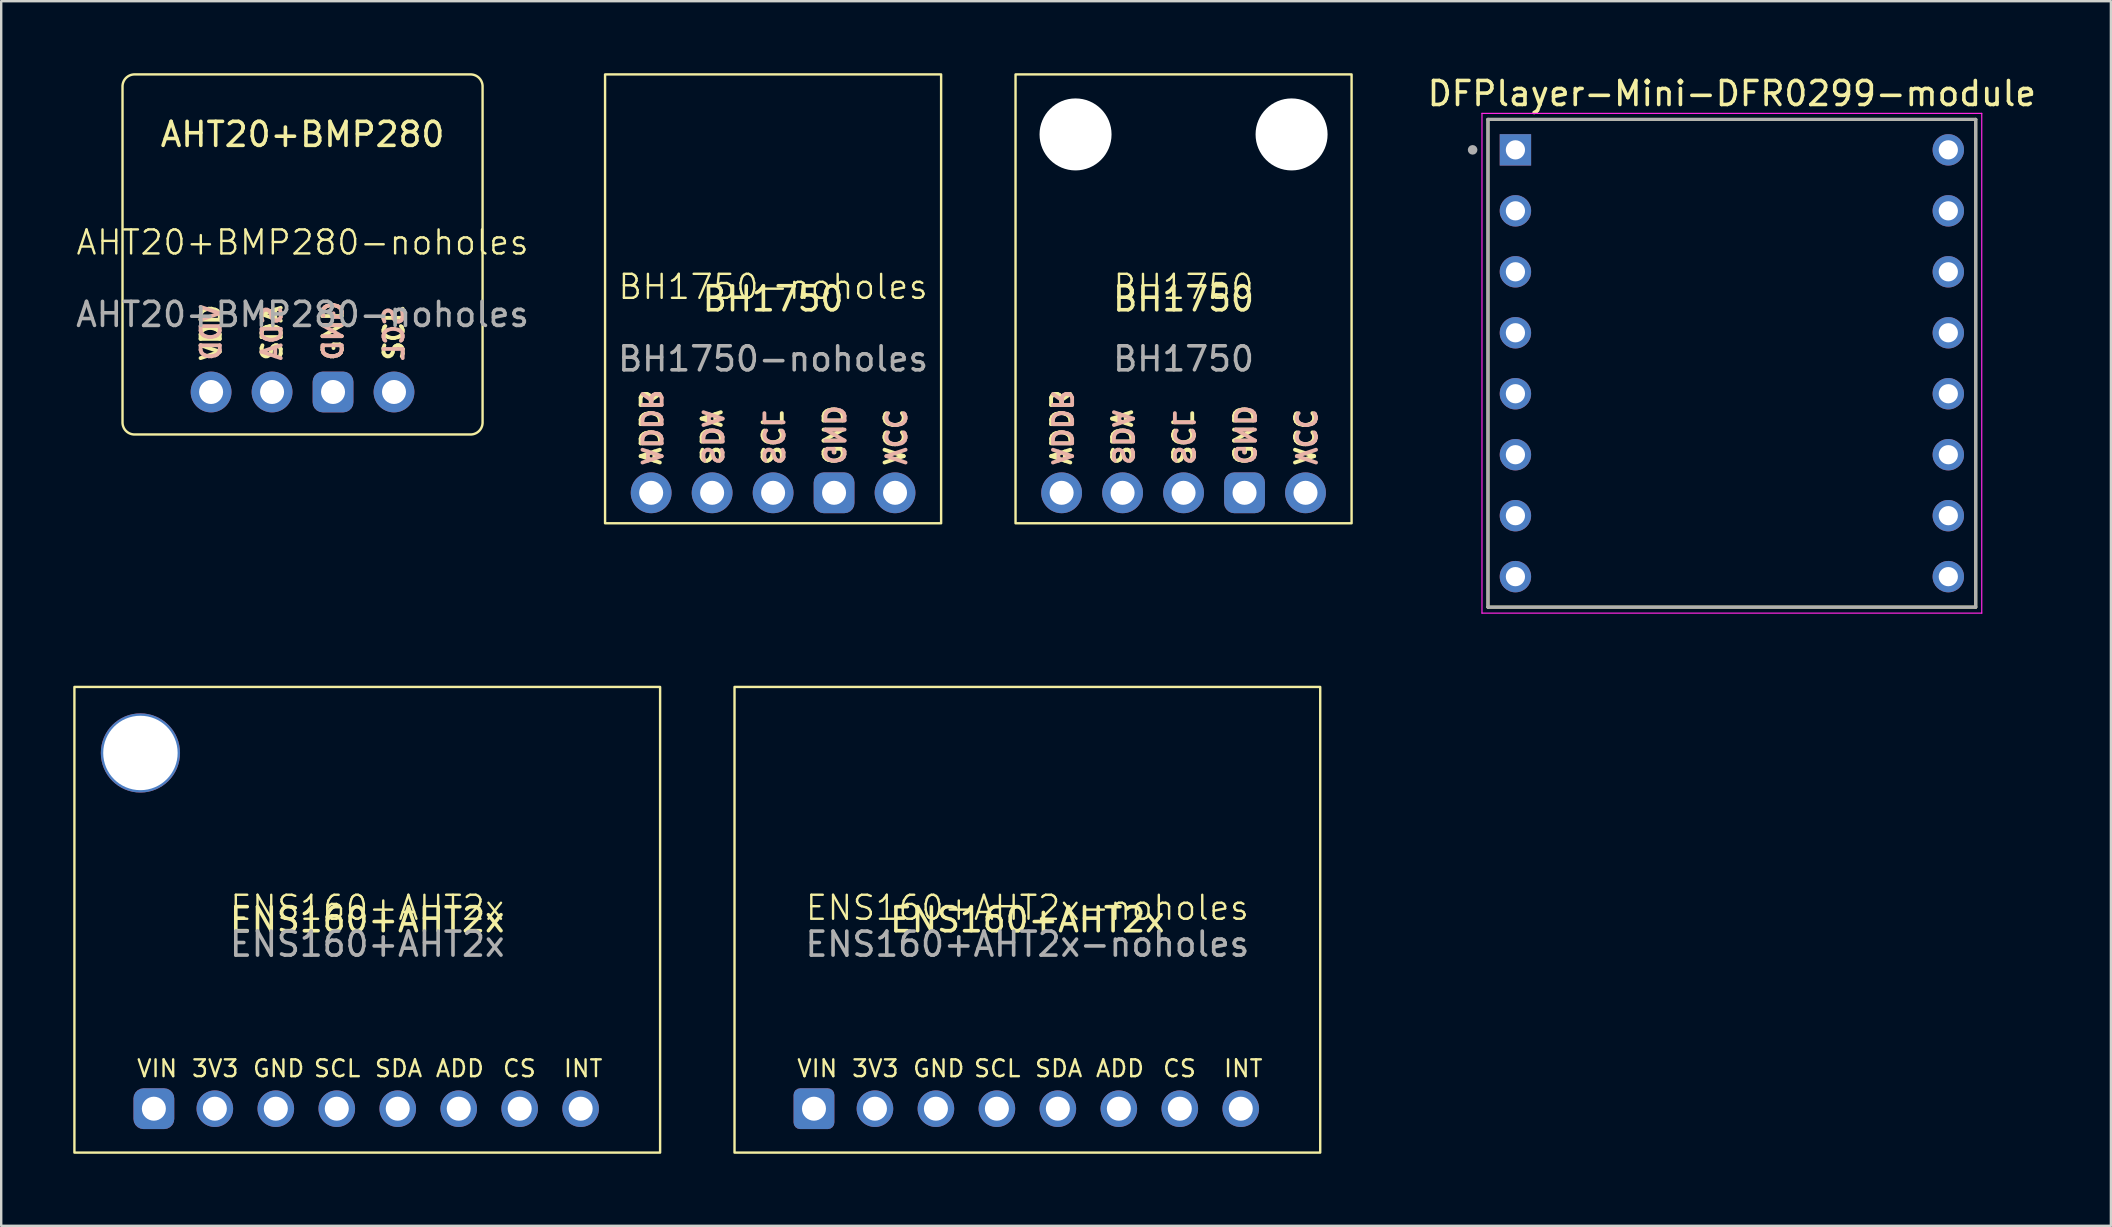
<source format=kicad_pcb>
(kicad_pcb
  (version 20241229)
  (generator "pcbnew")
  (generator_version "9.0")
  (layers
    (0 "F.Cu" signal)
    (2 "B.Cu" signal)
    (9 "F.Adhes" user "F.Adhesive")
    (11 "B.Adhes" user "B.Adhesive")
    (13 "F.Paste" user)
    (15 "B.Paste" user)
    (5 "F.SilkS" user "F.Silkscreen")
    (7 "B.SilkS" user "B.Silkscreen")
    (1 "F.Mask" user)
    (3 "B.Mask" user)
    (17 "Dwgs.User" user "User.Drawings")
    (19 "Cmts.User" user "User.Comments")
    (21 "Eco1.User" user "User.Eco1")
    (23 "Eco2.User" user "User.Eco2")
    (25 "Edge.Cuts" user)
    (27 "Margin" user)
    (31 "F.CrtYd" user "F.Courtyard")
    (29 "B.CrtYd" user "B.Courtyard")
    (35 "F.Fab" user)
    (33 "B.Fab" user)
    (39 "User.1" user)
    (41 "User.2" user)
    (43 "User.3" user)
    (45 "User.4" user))
  (footprint "BH1750-noholes"
    (layer "F.Cu")
    (at 29.157 9.4)
    (property "Reference" "BH1750-noholes" (at 0 -0.5 0) (unlocked yes) (layer "F.SilkS") (effects (font (size 1 1) (thickness 0.1))))
    (attr through_hole)
    (fp_rect (start -7 -9.35) (end 7 9.35) (stroke (width 0.1) (type default)) (fill no) (layer "F.SilkS"))
    (fp_text user "SDA" (at -2.54 7 90) (unlocked yes) (layer "F.SilkS") (effects (font (size 0.8 0.8) (thickness 0.16)) (justify left)))
    (fp_text user "VCC" (at 5.08 7 90) (unlocked yes) (layer "F.SilkS") (effects (font (size 0.8 0.8) (thickness 0.16)) (justify left)))
    (fp_text user "GND" (at 2.54 7 90) (unlocked yes) (layer "F.SilkS") (effects (font (size 0.8 0.8) (thickness 0.16)) (justify left)))
    (fp_text user "ADDR" (at -5.08 7 90) (unlocked yes) (layer "F.SilkS") (effects (font (size 0.8 0.8) (thickness 0.16)) (justify left)))
    (fp_text user "BH1750" (at 0 0 0) (unlocked yes) (layer "F.SilkS") (effects (font (size 1 1) (thickness 0.15))))
    (fp_text user "SCL" (at 0 7 90) (unlocked yes) (layer "F.SilkS") (effects (font (size 0.8 0.8) (thickness 0.16)) (justify left)))
    (fp_text user "VCC" (at 5.08 7 270) (unlocked yes) (layer "B.SilkS") (effects (font (size 0.8 0.8) (thickness 0.16)) (justify left mirror)))
    (fp_text user "SCL" (at 0 7 270) (unlocked yes) (layer "B.SilkS") (effects (font (size 0.8 0.8) (thickness 0.16)) (justify left mirror)))
    (fp_text user "SDA" (at -2.54 7 270) (unlocked yes) (layer "B.SilkS") (effects (font (size 0.8 0.8) (thickness 0.16)) (justify left mirror)))
    (fp_text user "GND" (at 2.54 7 270) (unlocked yes) (layer "B.SilkS") (effects (font (size 0.8 0.8) (thickness 0.16)) (justify left mirror)))
    (fp_text user "ADDR" (at -5.08 7 270) (unlocked yes) (layer "B.SilkS") (effects (font (size 0.8 0.8) (thickness 0.16)) (justify left mirror)))
    (fp_text user "${REFERENCE}" (at 0 2.5 0) (unlocked yes) (layer "F.Fab") (effects (font (size 1 1) (thickness 0.15))))
    (pad "1" thru_hole circle (at 5.08 8.08) (size 1.7 1.7) (drill 1) (layers "*.Cu" "*.Mask"))
    (pad "2" thru_hole roundrect (at 2.54 8.08) (size 1.7 1.7) (drill 1) (layers "*.Cu" "*.Mask") (roundrect_rratio 0.25))
    (pad "3" thru_hole circle (at 0 8.08) (size 1.7 1.7) (drill 1) (layers "*.Cu" "*.Mask"))
    (pad "4" thru_hole circle (at -2.54 8.08) (size 1.7 1.7) (drill 1) (layers "*.Cu" "*.Mask"))
    (pad "5" thru_hole circle (at -5.08 8.08) (size 1.7 1.7) (drill 1) (layers "*.Cu" "*.Mask")))
  (footprint "DFPlayer-Mini-DFR0299-module"
    (layer "F.Cu")
    (at 69.099 12.083)
    (property "Reference" "DFPlayer-Mini-DFR0299-module" (at 0 -11.235 0) (layer "F.SilkS") (effects (font (size 1 1) (thickness 0.15))))
    (attr through_hole)
    (fp_line (start -10.16 -10.16) (end 10.16 -10.16) (stroke (width 0.127) (type solid)) (layer "F.SilkS"))
    (fp_line (start -10.16 10.16) (end -10.16 -10.16) (stroke (width 0.127) (type solid)) (layer "F.SilkS"))
    (fp_line (start 10.16 -10.16) (end 10.16 10.16) (stroke (width 0.127) (type solid)) (layer "F.SilkS"))
    (fp_line (start 10.16 10.16) (end -10.16 10.16) (stroke (width 0.127) (type solid)) (layer "F.SilkS"))
    (fp_line (start -10.41 -10.41) (end 10.41 -10.41) (stroke (width 0.05) (type solid)) (layer "F.CrtYd"))
    (fp_line (start -10.41 10.41) (end -10.41 -10.41) (stroke (width 0.05) (type solid)) (layer "F.CrtYd"))
    (fp_line (start 10.41 -10.41) (end 10.41 10.41) (stroke (width 0.05) (type solid)) (layer "F.CrtYd"))
    (fp_line (start 10.41 10.41) (end -10.41 10.41) (stroke (width 0.05) (type solid)) (layer "F.CrtYd"))
    (fp_line (start -10.16 -10.16) (end 10.16 -10.16) (stroke (width 0.127) (type solid)) (layer "F.Fab"))
    (fp_line (start -10.16 10.16) (end -10.16 -10.16) (stroke (width 0.127) (type solid)) (layer "F.Fab"))
    (fp_line (start 10.16 -10.16) (end 10.16 10.16) (stroke (width 0.127) (type solid)) (layer "F.Fab"))
    (fp_line (start 10.16 10.16) (end -10.16 10.16) (stroke (width 0.127) (type solid)) (layer "F.Fab"))
    (fp_circle (center -10.8 -8.89) (end -10.7 -8.89) (stroke (width 0.2) (type solid)) (fill no) (layer "F.Fab"))
    (pad "1" thru_hole rect (at -9.017 -8.89) (size 1.308 1.308) (drill 0.8) (layers "*.Cu" "*.Mask"))
    (pad "2" thru_hole circle (at -9.017 -6.35) (size 1.308 1.308) (drill 0.8) (layers "*.Cu" "*.Mask"))
    (pad "3" thru_hole circle (at -9.017 -3.81) (size 1.308 1.308) (drill 0.8) (layers "*.Cu" "*.Mask"))
    (pad "4" thru_hole circle (at -9.017 -1.27) (size 1.308 1.308) (drill 0.8) (layers "*.Cu" "*.Mask"))
    (pad "5" thru_hole circle (at -9.017 1.27) (size 1.308 1.308) (drill 0.8) (layers "*.Cu" "*.Mask"))
    (pad "6" thru_hole circle (at -9.017 3.81) (size 1.308 1.308) (drill 0.8) (layers "*.Cu" "*.Mask"))
    (pad "7" thru_hole circle (at -9.017 6.35) (size 1.308 1.308) (drill 0.8) (layers "*.Cu" "*.Mask"))
    (pad "8" thru_hole circle (at -9.017 8.89) (size 1.308 1.308) (drill 0.8) (layers "*.Cu" "*.Mask"))
    (pad "9" thru_hole circle (at 9.017 8.89) (size 1.308 1.308) (drill 0.8) (layers "*.Cu" "*.Mask"))
    (pad "10" thru_hole circle (at 9.017 6.35) (size 1.308 1.308) (drill 0.8) (layers "*.Cu" "*.Mask"))
    (pad "11" thru_hole circle (at 9.017 3.81) (size 1.308 1.308) (drill 0.8) (layers "*.Cu" "*.Mask"))
    (pad "12" thru_hole circle (at 9.017 1.27) (size 1.308 1.308) (drill 0.8) (layers "*.Cu" "*.Mask"))
    (pad "13" thru_hole circle (at 9.017 -1.27) (size 1.308 1.308) (drill 0.8) (layers "*.Cu" "*.Mask"))
    (pad "14" thru_hole circle (at 9.017 -3.81) (size 1.308 1.308) (drill 0.8) (layers "*.Cu" "*.Mask"))
    (pad "15" thru_hole circle (at 9.017 -6.35) (size 1.308 1.308) (drill 0.8) (layers "*.Cu" "*.Mask"))
    (pad "16" thru_hole circle (at 9.017 -8.89) (size 1.308 1.308) (drill 0.8) (layers "*.Cu" "*.Mask")))
  (footprint "ENS160+AHT2x"
    (layer "F.Cu")
    (at 12.25 35.268)
    (property "Reference" "ENS160+AHT2x" (at 0 -0.5 0) (unlocked yes) (layer "F.SilkS") (effects (font (size 1 1) (thickness 0.1))))
    (attr through_hole)
    (fp_rect (start -12.2 -9.7) (end 12.2 9.7) (stroke (width 0.1) (type default)) (fill no) (layer "F.SilkS"))
    (fp_text user "3V3" (at -7.366 6.604 0) (unlocked yes) (layer "F.SilkS") (effects (font (size 0.7 0.7) (thickness 0.1)) (justify left bottom)))
    (fp_text user "CS" (at 5.588 6.604 0) (unlocked yes) (layer "F.SilkS") (effects (font (size 0.7 0.7) (thickness 0.1)) (justify left bottom)))
    (fp_text user "GND" (at -4.826 6.604 0) (unlocked yes) (layer "F.SilkS") (effects (font (size 0.7 0.7) (thickness 0.1)) (justify left bottom)))
    (fp_text user "VIN" (at -9.652 6.604 0) (unlocked yes) (layer "F.SilkS") (effects (font (size 0.7 0.7) (thickness 0.1)) (justify left bottom)))
    (fp_text user "ADD" (at 2.794 6.604 0) (unlocked yes) (layer "F.SilkS") (effects (font (size 0.7 0.7) (thickness 0.1)) (justify left bottom)))
    (fp_text user "INT" (at 8.128 6.604 0) (unlocked yes) (layer "F.SilkS") (effects (font (size 0.7 0.7) (thickness 0.1)) (justify left bottom)))
    (fp_text user "SCL" (at -2.286 6.604 0) (unlocked yes) (layer "F.SilkS") (effects (font (size 0.7 0.7) (thickness 0.1)) (justify left bottom)))
    (fp_text user "ENS160+AHT2x" (at 0 0 0) (unlocked yes) (layer "F.SilkS") (effects (font (size 1 1) (thickness 0.15))))
    (fp_text user "SDA" (at 0.254 6.604 0) (unlocked yes) (layer "F.SilkS") (effects (font (size 0.7 0.7) (thickness 0.1)) (justify left bottom)))
    (fp_text user "${REFERENCE}" (at 0 1.016 0) (unlocked yes) (layer "F.Fab") (effects (font (size 1 1) (thickness 0.15))))
    (pad "" np_thru_hole circle (at -9.45 -6.95) (size 3.3 3.3) (drill 3.1) (layers "*.Cu" "*.Mask"))
    (pad "1" thru_hole roundrect (at -8.89 7.87) (size 1.7 1.7) (drill 1) (layers "*.Cu" "*.Mask") (roundrect_rratio 0.25))
    (pad "2" thru_hole circle (at -6.35 7.87) (size 1.524 1.524) (drill 1) (layers "*.Cu" "*.Mask"))
    (pad "3" thru_hole circle (at -3.81 7.87) (size 1.524 1.524) (drill 1) (layers "*.Cu" "*.Mask"))
    (pad "4" thru_hole circle (at -1.27 7.87) (size 1.524 1.524) (drill 1) (layers "*.Cu" "*.Mask"))
    (pad "5" thru_hole circle (at 1.27 7.87) (size 1.524 1.524) (drill 1) (layers "*.Cu" "*.Mask"))
    (pad "6" thru_hole circle (at 3.81 7.87) (size 1.524 1.524) (drill 1) (layers "*.Cu" "*.Mask"))
    (pad "7" thru_hole circle (at 6.35 7.87) (size 1.524 1.524) (drill 1) (layers "*.Cu" "*.Mask"))
    (pad "8" thru_hole circle (at 8.89 7.87) (size 1.524 1.524) (drill 1) (layers "*.Cu" "*.Mask")))
  (footprint "BH1750"
    (layer "F.Cu")
    (at 46.257 9.4)
    (property "Reference" "BH1750" (at 0 -0.5 0) (unlocked yes) (layer "F.SilkS") (effects (font (size 1 1) (thickness 0.1))))
    (attr through_hole)
    (fp_rect (start -7 -9.35) (end 7 9.35) (stroke (width 0.1) (type default)) (fill no) (layer "F.SilkS"))
    (fp_text user "SDA" (at -2.54 7 90) (unlocked yes) (layer "F.SilkS") (effects (font (size 0.8 0.8) (thickness 0.16)) (justify left)))
    (fp_text user "VCC" (at 5.08 7 90) (unlocked yes) (layer "F.SilkS") (effects (font (size 0.8 0.8) (thickness 0.16)) (justify left)))
    (fp_text user "BH1750" (at 0 0 0) (unlocked yes) (layer "F.SilkS") (effects (font (size 1 1) (thickness 0.15))))
    (fp_text user "SCL" (at 0 7 90) (unlocked yes) (layer "F.SilkS") (effects (font (size 0.8 0.8) (thickness 0.16)) (justify left)))
    (fp_text user "GND" (at 2.54 7 90) (unlocked yes) (layer "F.SilkS") (effects (font (size 0.8 0.8) (thickness 0.16)) (justify left)))
    (fp_text user "ADDR" (at -5.08 7 90) (unlocked yes) (layer "F.SilkS") (effects (font (size 0.8 0.8) (thickness 0.16)) (justify left)))
    (fp_text user "SDA" (at -2.54 7 270) (unlocked yes) (layer "B.SilkS") (effects (font (size 0.8 0.8) (thickness 0.16)) (justify left mirror)))
    (fp_text user "SCL" (at 0 7 270) (unlocked yes) (layer "B.SilkS") (effects (font (size 0.8 0.8) (thickness 0.16)) (justify left mirror)))
    (fp_text user "GND" (at 2.54 7 270) (unlocked yes) (layer "B.SilkS") (effects (font (size 0.8 0.8) (thickness 0.16)) (justify left mirror)))
    (fp_text user "VCC" (at 5.08 7 270) (unlocked yes) (layer "B.SilkS") (effects (font (size 0.8 0.8) (thickness 0.16)) (justify left mirror)))
    (fp_text user "ADDR" (at -5.08 7 270) (unlocked yes) (layer "B.SilkS") (effects (font (size 0.8 0.8) (thickness 0.16)) (justify left mirror)))
    (fp_text user "${REFERENCE}" (at 0 2.5 0) (unlocked yes) (layer "F.Fab") (effects (font (size 1 1) (thickness 0.15))))
    (pad "" np_thru_hole circle (at -4.5 -6.85) (size 3 3) (drill 3) (layers "*.Cu" "*.Mask"))
    (pad "" np_thru_hole circle (at 4.5 -6.85) (size 3 3) (drill 3) (layers "*.Cu" "*.Mask"))
    (pad "1" thru_hole circle (at 5.08 8.08) (size 1.7 1.7) (drill 1) (layers "*.Cu" "*.Mask"))
    (pad "2" thru_hole roundrect (at 2.54 8.08) (size 1.7 1.7) (drill 1) (layers "*.Cu" "*.Mask") (roundrect_rratio 0.25))
    (pad "3" thru_hole circle (at 0 8.08) (size 1.7 1.7) (drill 1) (layers "*.Cu" "*.Mask"))
    (pad "4" thru_hole circle (at -2.54 8.08) (size 1.7 1.7) (drill 1) (layers "*.Cu" "*.Mask"))
    (pad "5" thru_hole circle (at -5.08 8.08) (size 1.7 1.7) (drill 1) (layers "*.Cu" "*.Mask")))
  (footprint "AHT20+BMP280-noholes"
    (layer "F.Cu")
    (at 9.554 7.55)
    (property "Reference" "AHT20+BMP280-noholes" (at 0 -0.5 0) (unlocked yes) (layer "F.SilkS") (effects (font (size 1 1) (thickness 0.1))))
    (attr through_hole)
    (fp_poly (pts (arc (start 7.5 -7) (mid 7.353553 -7.353553) (end 7 -7.5)) (arc (start -7 -7.5) (mid -7.353553 -7.353553) (end -7.5 -7)) (arc (start -7.5 7) (mid -7.353553 7.353553) (end -7 7.5)) (arc (start 7 7.5) (mid 7.353553 7.353553) (end 7.5 7))) (stroke (width 0.1) (type solid)) (fill no) (layer "F.SilkS"))
    (fp_text user "AHT20+BMP280" (at 0 -5 0) (unlocked yes) (layer "F.SilkS") (effects (font (size 1 1) (thickness 0.15))))
    (fp_text user "SDA" (at -1.27 4.5 90) (unlocked yes) (layer "F.SilkS") (effects (font (size 0.8 0.8) (thickness 0.16)) (justify left)))
    (fp_text user "VDD" (at -3.81 4.5 90) (unlocked yes) (layer "F.SilkS") (effects (font (size 0.8 0.8) (thickness 0.16)) (justify left)))
    (fp_text user "GND" (at 1.27 4.5 90) (unlocked yes) (layer "F.SilkS") (effects (font (size 0.8 0.8) (thickness 0.16)) (justify left)))
    (fp_text user "SCL" (at 3.81 4.5 90) (unlocked yes) (layer "F.SilkS") (effects (font (size 0.8 0.8) (thickness 0.16)) (justify left)))
    (fp_text user "VDD" (at -3.81 4.5 90) (unlocked yes) (layer "B.SilkS") (effects (font (size 0.8 0.8) (thickness 0.16)) (justify right mirror)))
    (fp_text user "SCL" (at 3.81 4.5 90) (unlocked yes) (layer "B.SilkS") (effects (font (size 0.8 0.8) (thickness 0.16)) (justify right mirror)))
    (fp_text user "SDA" (at -1.27 4.5 90) (unlocked yes) (layer "B.SilkS") (effects (font (size 0.8 0.8) (thickness 0.16)) (justify right mirror)))
    (fp_text user "GND" (at 1.27 4.5 90) (unlocked yes) (layer "B.SilkS") (effects (font (size 0.8 0.8) (thickness 0.16)) (justify right mirror)))
    (fp_text user "${REFERENCE}" (at 0 2.5 0) (unlocked yes) (layer "F.Fab") (effects (font (size 1 1) (thickness 0.15))))
    (pad "1" thru_hole circle (at -3.81 5.73) (size 1.7 1.7) (drill 1) (layers "*.Cu" "*.Mask"))
    (pad "2" thru_hole circle (at -1.27 5.73) (size 1.7 1.7) (drill 1) (layers "*.Cu" "*.Mask"))
    (pad "3" thru_hole roundrect (at 1.27 5.73) (size 1.7 1.7) (drill 1) (layers "*.Cu" "*.Mask") (roundrect_rratio 0.25))
    (pad "4" thru_hole circle (at 3.81 5.73) (size 1.7 1.7) (drill 1) (layers "*.Cu" "*.Mask")))
  (footprint "ENS160+AHT2x-noholes"
    (layer "F.Cu")
    (at 39.75 35.268)
    (property "Reference" "ENS160+AHT2x-noholes" (at 0 -0.5 0) (unlocked yes) (layer "F.SilkS") (effects (font (size 1 1) (thickness 0.1))))
    (attr through_hole)
    (fp_rect (start -12.2 -9.7) (end 12.2 9.7) (stroke (width 0.1) (type default)) (fill no) (layer "F.SilkS"))
    (fp_text user "ADD" (at 2.794 6.604 0) (unlocked yes) (layer "F.SilkS") (effects (font (size 0.7 0.7) (thickness 0.1)) (justify left bottom)))
    (fp_text user "VIN" (at -9.652 6.604 0) (unlocked yes) (layer "F.SilkS") (effects (font (size 0.7 0.7) (thickness 0.1)) (justify left bottom)))
    (fp_text user "INT" (at 8.128 6.604 0) (unlocked yes) (layer "F.SilkS") (effects (font (size 0.7 0.7) (thickness 0.1)) (justify left bottom)))
    (fp_text user "SCL" (at -2.286 6.604 0) (unlocked yes) (layer "F.SilkS") (effects (font (size 0.7 0.7) (thickness 0.1)) (justify left bottom)))
    (fp_text user "GND" (at -4.826 6.604 0) (unlocked yes) (layer "F.SilkS") (effects (font (size 0.7 0.7) (thickness 0.1)) (justify left bottom)))
    (fp_text user "CS" (at 5.588 6.604 0) (unlocked yes) (layer "F.SilkS") (effects (font (size 0.7 0.7) (thickness 0.1)) (justify left bottom)))
    (fp_text user "ENS160+AHT2x" (at 0 0 0) (unlocked yes) (layer "F.SilkS") (effects (font (size 1 1) (thickness 0.15))))
    (fp_text user "3V3" (at -7.366 6.604 0) (unlocked yes) (layer "F.SilkS") (effects (font (size 0.7 0.7) (thickness 0.1)) (justify left bottom)))
    (fp_text user "SDA" (at 0.254 6.604 0) (unlocked yes) (layer "F.SilkS") (effects (font (size 0.7 0.7) (thickness 0.1)) (justify left bottom)))
    (fp_text user "${REFERENCE}" (at 0 1.016 0) (unlocked yes) (layer "F.Fab") (effects (font (size 1 1) (thickness 0.15))))
    (pad "1" thru_hole roundrect (at -8.89 7.87) (size 1.7 1.7) (drill 1) (layers "*.Cu" "*.Mask") (roundrect_rratio 0.164))
    (pad "2" thru_hole circle (at -6.35 7.87) (size 1.524 1.524) (drill 1) (layers "*.Cu" "*.Mask"))
    (pad "3" thru_hole circle (at -3.81 7.87) (size 1.524 1.524) (drill 1) (layers "*.Cu" "*.Mask"))
    (pad "4" thru_hole circle (at -1.27 7.87) (size 1.524 1.524) (drill 1) (layers "*.Cu" "*.Mask"))
    (pad "5" thru_hole circle (at 1.27 7.87) (size 1.524 1.524) (drill 1) (layers "*.Cu" "*.Mask"))
    (pad "6" thru_hole circle (at 3.81 7.87) (size 1.524 1.524) (drill 1) (layers "*.Cu" "*.Mask"))
    (pad "7" thru_hole circle (at 6.35 7.87) (size 1.524 1.524) (drill 1) (layers "*.Cu" "*.Mask"))
    (pad "8" thru_hole circle (at 8.89 7.87) (size 1.524 1.524) (drill 1) (layers "*.Cu" "*.Mask")))
  (gr_rect
    (start -3 -3)
    (end 84.89 48.018)
    (stroke (width 0.1) (type default))
    (fill no)
    (layer "Edge.Cuts")))
</source>
